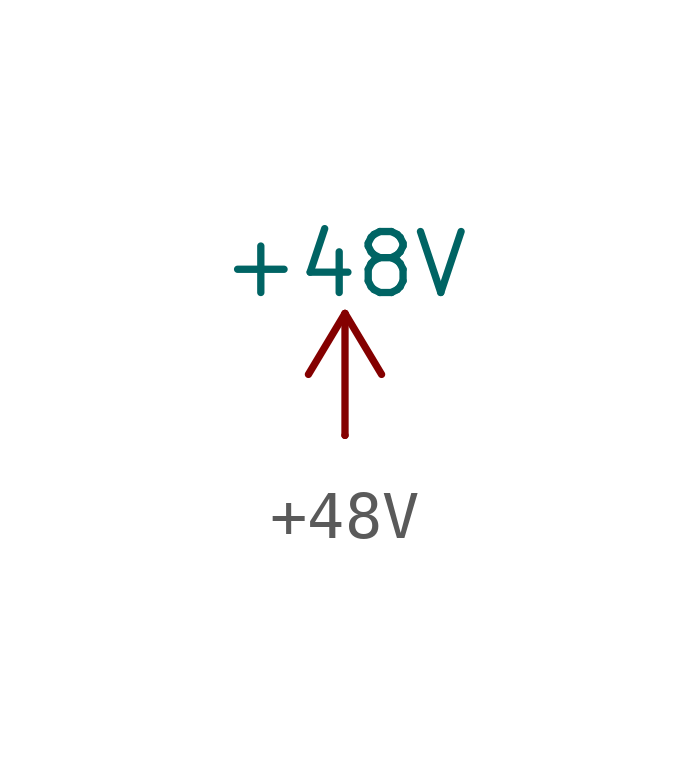
<source format=kicad_sym>
(kicad_symbol_lib
  (version 20231120)
  (generator "kicad_symbol_editor")
  (generator_version "8.0")
  (symbol "+48V"
    (power)
    (pin_numbers hide)
    (pin_names
      (offset 0) hide)
    (property "Reference" "#PWR"
      (at 0 -3.81 0)
      (effects (font (size 1.27 1.27)) (hide yes)))
    (property "Value" "+48V"
      (at 0 3.556 0)
      (effects (font (size 1.27 1.27))))
    (symbol "+48V_0_1"
      (polyline (pts (xy -0.762 1.27) (xy 0 2.54)) (stroke (width 0) (type default)) (fill (type none)))
      (polyline (pts (xy 0 0) (xy 0 2.54)) (stroke (width 0) (type default)) (fill (type none)))
      (polyline (pts (xy 0 2.54) (xy 0.762 1.27)) (stroke (width 0) (type default)) (fill (type none))))
    (symbol "+48V_1_1"
      (pin power_in line (at 0 0 90) (length 0) (name "~" (effects (font (size 1.27 1.27)))) (number "1" (effects (font (size 1.27 1.27))))))))
</source>
